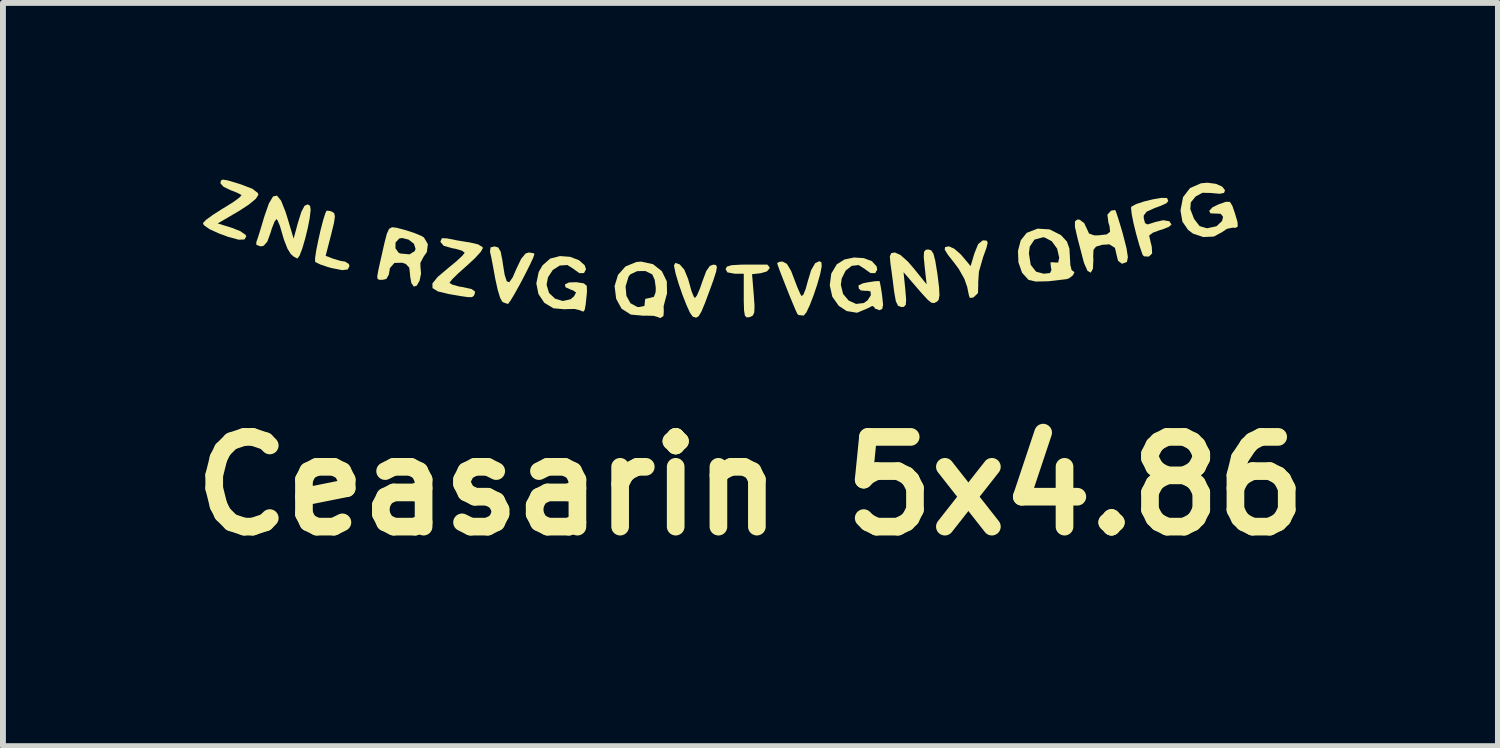
<source format=kicad_pcb>
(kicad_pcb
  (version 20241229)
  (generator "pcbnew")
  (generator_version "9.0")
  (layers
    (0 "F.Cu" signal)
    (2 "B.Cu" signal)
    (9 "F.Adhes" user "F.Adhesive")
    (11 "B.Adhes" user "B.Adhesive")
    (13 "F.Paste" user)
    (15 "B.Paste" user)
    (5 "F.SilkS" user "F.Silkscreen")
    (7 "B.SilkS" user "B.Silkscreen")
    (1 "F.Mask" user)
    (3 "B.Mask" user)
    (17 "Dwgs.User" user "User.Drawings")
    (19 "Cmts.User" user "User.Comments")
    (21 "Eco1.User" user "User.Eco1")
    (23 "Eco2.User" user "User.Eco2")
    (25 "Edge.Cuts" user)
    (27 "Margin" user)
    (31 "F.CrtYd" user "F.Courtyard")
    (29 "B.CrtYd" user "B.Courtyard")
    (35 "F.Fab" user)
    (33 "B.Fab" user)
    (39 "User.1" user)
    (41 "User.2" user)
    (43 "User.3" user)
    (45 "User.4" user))
  (footprint "Ceasarin 5x4.86"
    (layer "F.Cu")
    (at 9.696 5.205)
    (property "Reference" "Ceasarin 5x4.86" (at 0 0 0) (layer "F.SilkS") (effects (font (size 1.524 1.524) (thickness 0.3))))
    (attr board_only exclude_from_pos_files exclude_from_bom)
    (fp_poly (pts (xy 0.322 -3.72) (xy 0.324 -3.696) (xy 0.279 -3.645) (xy 0.175 -3.615) (xy 0.027 -3.598) (xy 0.056 -3.247) (xy 0.069 -3.059) (xy 0.065 -2.95) (xy 0.04 -2.895) (xy -0.01 -2.87) (xy -0.014 -2.869) (xy -0.065 -2.864) (xy -0.095 -2.895) (xy -0.109 -2.983) (xy -0.114 -3.147) (xy -0.114 -3.225) (xy -0.114 -3.606) (xy -0.268 -3.606) (xy -0.391 -3.629) (xy -0.423 -3.684) (xy -0.4 -3.727) (xy -0.321 -3.751) (xy -0.164 -3.76) (xy -0.088 -3.761) (xy 0.286 -3.761)) (stroke (width 0) (type solid)) (fill yes) (layer "F.SilkS"))
    (fp_poly (pts (xy -7.148 -4.673) (xy -7.108 -4.66) (xy -7.07 -4.634) (xy -7.058 -4.579) (xy -7.073 -4.472) (xy -7.117 -4.291) (xy -7.122 -4.27) (xy -7.215 -3.91) (xy -7.087 -3.861) (xy -6.962 -3.824) (xy -6.885 -3.812) (xy -6.82 -3.771) (xy -6.811 -3.735) (xy -6.84 -3.678) (xy -6.935 -3.667) (xy -7.108 -3.701) (xy -7.172 -3.718) (xy -7.303 -3.762) (xy -7.387 -3.803) (xy -7.393 -3.808) (xy -7.395 -3.867) (xy -7.376 -3.996) (xy -7.342 -4.166) (xy -7.301 -4.349) (xy -7.258 -4.514) (xy -7.22 -4.635) (xy -7.199 -4.677)) (stroke (width 0) (type solid)) (fill yes) (layer "F.SilkS"))
    (fp_poly (pts (xy 4.014 -4.167) (xy 4.029 -4.133) (xy 4.009 -4.048) (xy 3.953 -3.892) (xy 3.95 -3.884) (xy 3.88 -3.64) (xy 3.867 -3.443) (xy 3.869 -3.424) (xy 3.864 -3.277) (xy 3.787 -3.203) (xy 3.727 -3.194) (xy 3.71 -3.239) (xy 3.687 -3.35) (xy 3.683 -3.375) (xy 3.633 -3.519) (xy 3.537 -3.688) (xy 3.47 -3.779) (xy 3.353 -3.928) (xy 3.299 -4.016) (xy 3.305 -4.058) (xy 3.364 -4.07) (xy 3.373 -4.07) (xy 3.458 -4.033) (xy 3.566 -3.94) (xy 3.599 -3.903) (xy 3.739 -3.736) (xy 3.804 -3.954) (xy 3.867 -4.108) (xy 3.941 -4.17) (xy 3.964 -4.173)) (stroke (width 0) (type solid)) (fill yes) (layer "F.SilkS"))
    (fp_poly (pts (xy -1.201 -3.764) (xy -1.125 -3.677) (xy -1.059 -3.517) (xy -1.041 -3.453) (xy -1 -3.307) (xy -0.961 -3.213) (xy -0.942 -3.194) (xy -0.908 -3.239) (xy -0.858 -3.355) (xy -0.816 -3.477) (xy -0.751 -3.651) (xy -0.689 -3.739) (xy -0.63 -3.761) (xy -0.586 -3.754) (xy -0.57 -3.721) (xy -0.583 -3.642) (xy -0.628 -3.501) (xy -0.688 -3.336) (xy -0.773 -3.107) (xy -0.834 -2.961) (xy -0.881 -2.883) (xy -0.924 -2.859) (xy -0.971 -2.874) (xy -0.984 -2.882) (xy -1.029 -2.946) (xy -1.09 -3.081) (xy -1.158 -3.256) (xy -1.222 -3.442) (xy -1.272 -3.611) (xy -1.297 -3.733) (xy -1.298 -3.75) (xy -1.275 -3.79)) (stroke (width 0) (type solid)) (fill yes) (layer "F.SilkS"))
    (fp_poly (pts (xy 1.205 -3.799) (xy 1.21 -3.732) (xy 1.184 -3.599) (xy 1.135 -3.426) (xy 1.073 -3.242) (xy 1.008 -3.073) (xy 0.949 -2.948) (xy 0.904 -2.895) (xy 0.903 -2.895) (xy 0.818 -2.904) (xy 0.797 -2.922) (xy 0.766 -2.989) (xy 0.711 -3.119) (xy 0.642 -3.288) (xy 0.572 -3.466) (xy 0.509 -3.627) (xy 0.466 -3.744) (xy 0.453 -3.788) (xy 0.496 -3.809) (xy 0.546 -3.812) (xy 0.619 -3.774) (xy 0.691 -3.652) (xy 0.733 -3.542) (xy 0.793 -3.384) (xy 0.844 -3.267) (xy 0.867 -3.227) (xy 0.898 -3.249) (xy 0.938 -3.348) (xy 0.973 -3.477) (xy 1.031 -3.668) (xy 1.099 -3.785) (xy 1.17 -3.819)) (stroke (width 0) (type solid)) (fill yes) (layer "F.SilkS"))
    (fp_poly (pts (xy -4.284 -4.052) (xy -4.243 -3.982) (xy -4.214 -3.838) (xy -4.209 -3.799) (xy -4.175 -3.588) (xy -4.139 -3.477) (xy -4.096 -3.462) (xy -4.04 -3.542) (xy -3.98 -3.679) (xy -3.895 -3.858) (xy -3.82 -3.949) (xy -3.766 -3.967) (xy -3.685 -3.955) (xy -3.669 -3.94) (xy -3.691 -3.874) (xy -3.75 -3.749) (xy -3.831 -3.588) (xy -3.921 -3.417) (xy -4.008 -3.261) (xy -4.078 -3.145) (xy -4.118 -3.093) (xy -4.12 -3.092) (xy -4.194 -3.118) (xy -4.215 -3.13) (xy -4.252 -3.197) (xy -4.294 -3.336) (xy -4.334 -3.519) (xy -4.336 -3.529) (xy -4.371 -3.722) (xy -4.402 -3.884) (xy -4.424 -3.979) (xy -4.424 -3.98) (xy -4.414 -4.053) (xy -4.347 -4.07)) (stroke (width 0) (type solid)) (fill yes) (layer "F.SilkS"))
    (fp_poly (pts (xy -8.881 -5.192) (xy -8.732 -5.148) (xy -8.653 -5.123) (xy -8.46 -5.049) (xy -8.367 -4.978) (xy -8.357 -4.947) (xy -8.4 -4.88) (xy -8.516 -4.783) (xy -8.687 -4.671) (xy -8.703 -4.662) (xy -9.048 -4.46) (xy -8.806 -4.385) (xy -8.665 -4.329) (xy -8.578 -4.269) (xy -8.563 -4.241) (xy -8.594 -4.188) (xy -8.692 -4.184) (xy -8.866 -4.23) (xy -9.032 -4.292) (xy -9.19 -4.364) (xy -9.283 -4.43) (xy -9.299 -4.466) (xy -9.247 -4.521) (xy -9.129 -4.607) (xy -8.969 -4.709) (xy -8.948 -4.721) (xy -8.793 -4.817) (xy -8.685 -4.895) (xy -8.644 -4.939) (xy -8.646 -4.943) (xy -8.71 -4.978) (xy -8.827 -5.024) (xy -8.837 -5.028) (xy -8.948 -5.082) (xy -9.001 -5.139) (xy -9.001 -5.144) (xy -8.995 -5.188) (xy -8.962 -5.205)) (stroke (width 0) (type solid)) (fill yes) (layer "F.SilkS"))
    (fp_poly (pts (xy 7.066 -4.893) (xy 7.079 -4.885) (xy 7.096 -4.84) (xy 7.065 -4.803) (xy 6.968 -4.759) (xy 6.864 -4.721) (xy 6.729 -4.66) (xy 6.679 -4.594) (xy 6.679 -4.553) (xy 6.701 -4.466) (xy 6.744 -4.443) (xy 6.842 -4.473) (xy 6.869 -4.483) (xy 7.012 -4.515) (xy 7.115 -4.497) (xy 7.151 -4.441) (xy 7.106 -4.402) (xy 6.995 -4.358) (xy 6.958 -4.348) (xy 6.837 -4.304) (xy 6.775 -4.258) (xy 6.773 -4.247) (xy 6.792 -4.162) (xy 6.816 -4.063) (xy 6.822 -3.95) (xy 6.766 -3.897) (xy 6.684 -3.901) (xy 6.659 -3.929) (xy 6.604 -4.092) (xy 6.551 -4.281) (xy 6.505 -4.467) (xy 6.474 -4.624) (xy 6.464 -4.724) (xy 6.469 -4.745) (xy 6.551 -4.789) (xy 6.687 -4.834) (xy 6.841 -4.871) (xy 6.978 -4.894)) (stroke (width 0) (type solid)) (fill yes) (layer "F.SilkS"))
    (fp_poly (pts (xy 3.071 -4.003) (xy 3.108 -3.945) (xy 3.139 -3.825) (xy 3.172 -3.623) (xy 3.176 -3.597) (xy 3.203 -3.377) (xy 3.21 -3.239) (xy 3.196 -3.163) (xy 3.171 -3.134) (xy 3.121 -3.108) (xy 3.074 -3.113) (xy 3.012 -3.162) (xy 2.914 -3.268) (xy 2.822 -3.374) (xy 2.6 -3.632) (xy 2.63 -3.336) (xy 2.644 -3.168) (xy 2.638 -3.079) (xy 2.606 -3.044) (xy 2.566 -3.04) (xy 2.507 -3.061) (xy 2.469 -3.139) (xy 2.441 -3.296) (xy 2.439 -3.31) (xy 2.414 -3.511) (xy 2.388 -3.706) (xy 2.378 -3.774) (xy 2.367 -3.901) (xy 2.391 -3.956) (xy 2.453 -3.967) (xy 2.547 -3.925) (xy 2.675 -3.811) (xy 2.774 -3.696) (xy 2.992 -3.426) (xy 2.959 -3.722) (xy 2.943 -3.889) (xy 2.948 -3.979) (xy 2.979 -4.013) (xy 3.021 -4.018)) (stroke (width 0) (type solid)) (fill yes) (layer "F.SilkS"))
    (fp_poly (pts (xy -7.972 -4.847) (xy -7.897 -4.658) (xy -7.866 -4.561) (xy -7.759 -4.202) (xy -7.69 -4.458) (xy -7.628 -4.657) (xy -7.572 -4.762) (xy -7.516 -4.784) (xy -7.479 -4.758) (xy -7.47 -4.691) (xy -7.485 -4.557) (xy -7.518 -4.385) (xy -7.563 -4.201) (xy -7.612 -4.034) (xy -7.658 -3.913) (xy -7.695 -3.864) (xy -7.696 -3.864) (xy -7.757 -3.896) (xy -7.807 -3.94) (xy -7.864 -4.032) (xy -7.923 -4.183) (xy -7.95 -4.275) (xy -7.993 -4.421) (xy -8.033 -4.514) (xy -8.051 -4.534) (xy -8.084 -4.489) (xy -8.129 -4.375) (xy -8.151 -4.302) (xy -8.206 -4.15) (xy -8.269 -4.08) (xy -8.318 -4.07) (xy -8.392 -4.096) (xy -8.393 -4.141) (xy -8.365 -4.222) (xy -8.318 -4.372) (xy -8.262 -4.56) (xy -8.255 -4.582) (xy -8.179 -4.8) (xy -8.109 -4.918) (xy -8.042 -4.933)) (stroke (width 0) (type solid)) (fill yes) (layer "F.SilkS"))
    (fp_poly (pts (xy 6.214 -4.642) (xy 6.254 -4.52) (xy 6.307 -4.345) (xy 6.327 -4.274) (xy 6.387 -4.039) (xy 6.41 -3.888) (xy 6.395 -3.81) (xy 6.39 -3.804) (xy 6.31 -3.775) (xy 6.243 -3.826) (xy 6.223 -3.906) (xy 6.19 -4.046) (xy 6.095 -4.105) (xy 5.972 -4.097) (xy 5.869 -4.066) (xy 5.826 -4.011) (xy 5.821 -3.897) (xy 5.824 -3.852) (xy 5.817 -3.691) (xy 5.78 -3.624) (xy 5.725 -3.653) (xy 5.668 -3.782) (xy 5.656 -3.822) (xy 5.607 -4.01) (xy 5.559 -4.193) (xy 5.551 -4.225) (xy 5.511 -4.4) (xy 5.511 -4.495) (xy 5.553 -4.527) (xy 5.59 -4.524) (xy 5.668 -4.466) (xy 5.709 -4.379) (xy 5.75 -4.289) (xy 5.836 -4.258) (xy 5.909 -4.258) (xy 6.051 -4.274) (xy 6.108 -4.319) (xy 6.098 -4.416) (xy 6.079 -4.476) (xy 6.062 -4.609) (xy 6.125 -4.678) (xy 6.195 -4.688)) (stroke (width 0) (type solid)) (fill yes) (layer "F.SilkS"))
    (fp_poly (pts (xy -1.655 -3.768) (xy -1.505 -3.649) (xy -1.421 -3.477) (xy -1.417 -3.273) (xy -1.442 -3.181) (xy -1.475 -3.054) (xy -1.472 -2.964) (xy -1.478 -2.888) (xy -1.531 -2.852) (xy -1.577 -2.871) (xy -1.647 -2.891) (xy -1.776 -2.894) (xy -1.811 -2.892) (xy -2.032 -2.912) (xy -2.189 -3.012) (xy -2.281 -3.18) (xy -2.307 -3.391) (xy -2.121 -3.391) (xy -2.107 -3.23) (xy -2.038 -3.105) (xy -1.923 -3.042) (xy -1.891 -3.04) (xy -1.801 -3.058) (xy -1.795 -3.117) (xy -1.787 -3.179) (xy -1.716 -3.194) (xy -1.64 -3.214) (xy -1.611 -3.291) (xy -1.608 -3.364) (xy -1.626 -3.501) (xy -1.668 -3.595) (xy -1.67 -3.596) (xy -1.784 -3.652) (xy -1.923 -3.65) (xy -2.039 -3.596) (xy -2.07 -3.558) (xy -2.121 -3.391) (xy -2.307 -3.391) (xy -2.308 -3.396) (xy -2.25 -3.586) (xy -2.123 -3.729) (xy -1.939 -3.805) (xy -1.856 -3.812)) (stroke (width 0) (type solid)) (fill yes) (layer "F.SilkS"))
    (fp_poly (pts (xy -5.149 -4.206) (xy -5.137 -4.203) (xy -5.004 -4.176) (xy -4.83 -4.147) (xy -4.776 -4.139) (xy -4.627 -4.105) (xy -4.55 -4.058) (xy -4.545 -4.041) (xy -4.581 -3.977) (xy -4.678 -3.871) (xy -4.815 -3.744) (xy -4.828 -3.733) (xy -4.967 -3.609) (xy -5.067 -3.51) (xy -5.111 -3.454) (xy -5.111 -3.451) (xy -5.065 -3.421) (xy -4.95 -3.389) (xy -4.882 -3.378) (xy -4.737 -3.346) (xy -4.679 -3.304) (xy -4.682 -3.269) (xy -4.699 -3.23) (xy -4.729 -3.209) (xy -4.793 -3.208) (xy -4.913 -3.225) (xy -5.112 -3.259) (xy -5.124 -3.261) (xy -5.308 -3.305) (xy -5.4 -3.362) (xy -5.402 -3.441) (xy -5.313 -3.551) (xy -5.137 -3.7) (xy -4.996 -3.816) (xy -4.895 -3.91) (xy -4.854 -3.962) (xy -4.854 -3.963) (xy -4.899 -3.997) (xy -5.013 -4.03) (xy -5.06 -4.038) (xy -5.21 -4.08) (xy -5.265 -4.145) (xy -5.266 -4.153) (xy -5.24 -4.21)) (stroke (width 0) (type solid)) (fill yes) (layer "F.SilkS"))
    (fp_poly (pts (xy -3.063 -3.893) (xy -2.913 -3.836) (xy -2.815 -3.749) (xy -2.793 -3.682) (xy -2.827 -3.617) (xy -2.906 -3.616) (xy -2.996 -3.68) (xy -2.999 -3.684) (xy -3.111 -3.754) (xy -3.239 -3.745) (xy -3.357 -3.67) (xy -3.439 -3.545) (xy -3.463 -3.418) (xy -3.421 -3.279) (xy -3.319 -3.183) (xy -3.187 -3.143) (xy -3.056 -3.172) (xy -2.997 -3.222) (xy -2.962 -3.287) (xy -3.013 -3.323) (xy -3.042 -3.332) (xy -3.142 -3.377) (xy -3.151 -3.425) (xy -3.081 -3.458) (xy -2.958 -3.462) (xy -2.832 -3.443) (xy -2.78 -3.401) (xy -2.777 -3.301) (xy -2.781 -3.254) (xy -2.799 -3.081) (xy -2.816 -2.99) (xy -2.84 -2.962) (xy -2.879 -2.977) (xy -2.89 -2.984) (xy -2.985 -3.007) (xy -3.127 -3.005) (xy -3.151 -3.002) (xy -3.347 -3.019) (xy -3.501 -3.112) (xy -3.601 -3.261) (xy -3.637 -3.442) (xy -3.597 -3.635) (xy -3.532 -3.748) (xy -3.402 -3.863) (xy -3.235 -3.906)) (stroke (width 0) (type solid)) (fill yes) (layer "F.SilkS"))
    (fp_poly (pts (xy 5.081 -4.359) (xy 5.269 -4.264) (xy 5.28 -4.255) (xy 5.375 -4.152) (xy 5.417 -4.033) (xy 5.425 -3.894) (xy 5.433 -3.754) (xy 5.454 -3.67) (xy 5.468 -3.658) (xy 5.503 -3.633) (xy 5.477 -3.579) (xy 5.413 -3.529) (xy 5.369 -3.514) (xy 5.061 -3.478) (xy 4.845 -3.473) (xy 4.724 -3.501) (xy 4.723 -3.501) (xy 4.612 -3.624) (xy 4.551 -3.8) (xy 4.545 -3.953) (xy 4.729 -3.953) (xy 4.76 -3.756) (xy 4.852 -3.64) (xy 4.984 -3.606) (xy 5.087 -3.618) (xy 5.112 -3.668) (xy 5.103 -3.718) (xy 5.095 -3.798) (xy 5.145 -3.802) (xy 5.159 -3.797) (xy 5.226 -3.796) (xy 5.244 -3.879) (xy 5.244 -3.88) (xy 5.208 -4.033) (xy 5.116 -4.159) (xy 4.995 -4.222) (xy 4.969 -4.225) (xy 4.823 -4.185) (xy 4.744 -4.067) (xy 4.729 -3.953) (xy 4.545 -3.953) (xy 4.544 -3.995) (xy 4.59 -4.173) (xy 4.691 -4.3) (xy 4.877 -4.372)) (stroke (width 0) (type solid)) (fill yes) (layer "F.SilkS"))
    (fp_poly (pts (xy 7.905 -5.133) (xy 8.013 -5.085) (xy 8.06 -5.024) (xy 8.043 -4.979) (xy 7.973 -4.964) (xy 7.85 -4.974) (xy 7.835 -4.977) (xy 7.677 -4.981) (xy 7.561 -4.918) (xy 7.479 -4.817) (xy 7.47 -4.704) (xy 7.53 -4.549) (xy 7.539 -4.531) (xy 7.628 -4.415) (xy 7.749 -4.379) (xy 7.76 -4.379) (xy 7.915 -4.412) (xy 8.009 -4.501) (xy 8.027 -4.573) (xy 7.985 -4.624) (xy 7.916 -4.627) (xy 7.813 -4.631) (xy 7.791 -4.673) (xy 7.847 -4.734) (xy 7.952 -4.785) (xy 8.077 -4.828) (xy 8.143 -4.826) (xy 8.184 -4.761) (xy 8.225 -4.642) (xy 8.272 -4.486) (xy 8.276 -4.407) (xy 8.236 -4.384) (xy 8.195 -4.389) (xy 8.091 -4.368) (xy 8.014 -4.315) (xy 7.87 -4.237) (xy 7.691 -4.229) (xy 7.516 -4.287) (xy 7.432 -4.351) (xy 7.336 -4.491) (xy 7.305 -4.672) (xy 7.305 -4.688) (xy 7.347 -4.907) (xy 7.466 -5.061) (xy 7.652 -5.142) (xy 7.76 -5.152)) (stroke (width 0) (type solid)) (fill yes) (layer "F.SilkS"))
    (fp_poly (pts (xy -6.01 -4.387) (xy -5.894 -4.356) (xy -5.879 -4.352) (xy -5.716 -4.301) (xy -5.587 -4.247) (xy -5.546 -4.222) (xy -5.479 -4.108) (xy -5.496 -3.974) (xy -5.553 -3.893) (xy -5.606 -3.791) (xy -5.605 -3.722) (xy -5.595 -3.607) (xy -5.619 -3.489) (xy -5.667 -3.404) (xy -5.717 -3.387) (xy -5.76 -3.448) (xy -5.781 -3.568) (xy -5.781 -3.584) (xy -5.795 -3.71) (xy -5.854 -3.772) (xy -5.915 -3.793) (xy -6.048 -3.789) (xy -6.124 -3.701) (xy -6.141 -3.593) (xy -6.184 -3.517) (xy -6.245 -3.503) (xy -6.302 -3.503) (xy -6.333 -3.516) (xy -6.339 -3.562) (xy -6.321 -3.663) (xy -6.282 -3.839) (xy -6.268 -3.899) (xy -6.237 -4.038) (xy -6.03 -4.038) (xy -5.975 -3.962) (xy -5.949 -3.95) (xy -5.791 -3.935) (xy -5.703 -3.989) (xy -5.688 -4.028) (xy -5.716 -4.115) (xy -5.806 -4.185) (xy -5.917 -4.213) (xy -5.965 -4.204) (xy -6.028 -4.136) (xy -6.03 -4.038) (xy -6.237 -4.038) (xy -6.215 -4.134) (xy -6.176 -4.285) (xy -6.138 -4.368) (xy -6.087 -4.396)) (stroke (width 0) (type solid)) (fill yes) (layer "F.SilkS"))
    (fp_poly (pts (xy 1.924 -3.871) (xy 2.061 -3.82) (xy 2.142 -3.732) (xy 2.153 -3.677) (xy 2.119 -3.616) (xy 2.039 -3.617) (xy 1.951 -3.679) (xy 1.947 -3.684) (xy 1.838 -3.753) (xy 1.72 -3.74) (xy 1.616 -3.658) (xy 1.549 -3.523) (xy 1.535 -3.417) (xy 1.573 -3.263) (xy 1.668 -3.15) (xy 1.794 -3.093) (xy 1.924 -3.108) (xy 1.988 -3.153) (xy 2.044 -3.24) (xy 2.04 -3.305) (xy 1.979 -3.318) (xy 1.968 -3.314) (xy 1.875 -3.322) (xy 1.84 -3.354) (xy 1.834 -3.407) (xy 1.907 -3.442) (xy 1.987 -3.459) (xy 2.114 -3.478) (xy 2.186 -3.482) (xy 2.192 -3.481) (xy 2.205 -3.428) (xy 2.226 -3.306) (xy 2.237 -3.229) (xy 2.252 -3.081) (xy 2.239 -3.009) (xy 2.194 -2.988) (xy 2.186 -2.988) (xy 2.113 -3.015) (xy 2.102 -3.042) (xy 2.067 -3.058) (xy 1.987 -3.017) (xy 1.811 -2.943) (xy 1.634 -2.972) (xy 1.499 -3.061) (xy 1.39 -3.216) (xy 1.347 -3.41) (xy 1.372 -3.607) (xy 1.466 -3.766) (xy 1.597 -3.848) (xy 1.76 -3.882)) (stroke (width 0) (type solid)) (fill yes) (layer "F.SilkS")))
  (gr_rect
    (start -3 -3)
    (end 22.391 9.623)
    (stroke (width 0.1) (type default))
    (fill no)
    (layer "Edge.Cuts")))
</source>
